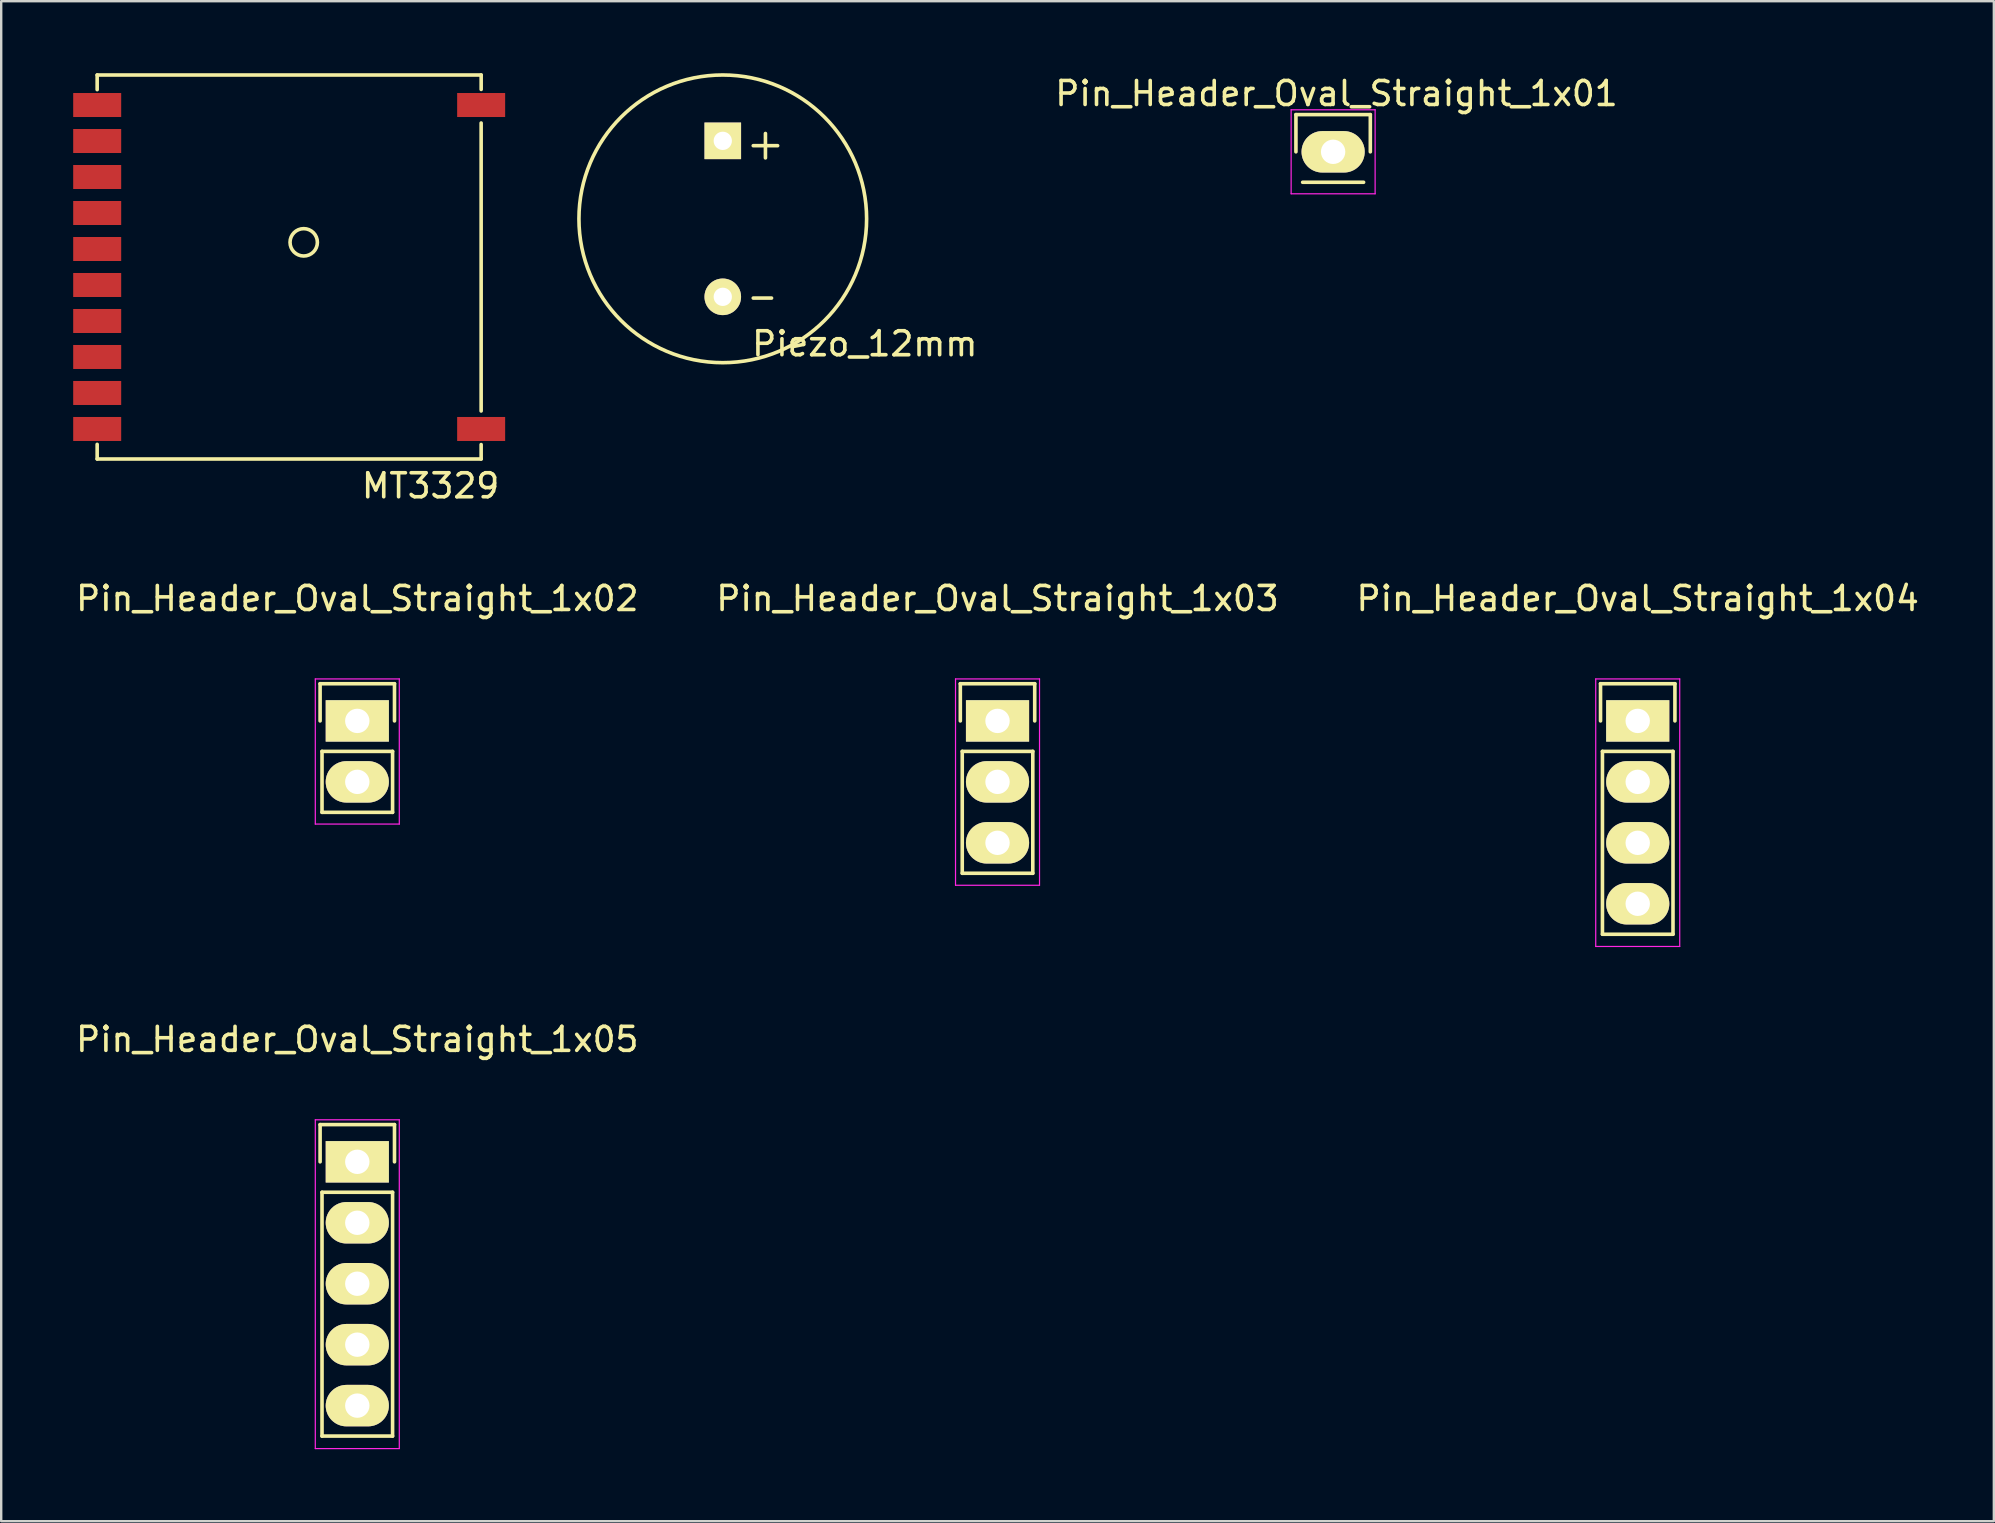
<source format=kicad_pcb>
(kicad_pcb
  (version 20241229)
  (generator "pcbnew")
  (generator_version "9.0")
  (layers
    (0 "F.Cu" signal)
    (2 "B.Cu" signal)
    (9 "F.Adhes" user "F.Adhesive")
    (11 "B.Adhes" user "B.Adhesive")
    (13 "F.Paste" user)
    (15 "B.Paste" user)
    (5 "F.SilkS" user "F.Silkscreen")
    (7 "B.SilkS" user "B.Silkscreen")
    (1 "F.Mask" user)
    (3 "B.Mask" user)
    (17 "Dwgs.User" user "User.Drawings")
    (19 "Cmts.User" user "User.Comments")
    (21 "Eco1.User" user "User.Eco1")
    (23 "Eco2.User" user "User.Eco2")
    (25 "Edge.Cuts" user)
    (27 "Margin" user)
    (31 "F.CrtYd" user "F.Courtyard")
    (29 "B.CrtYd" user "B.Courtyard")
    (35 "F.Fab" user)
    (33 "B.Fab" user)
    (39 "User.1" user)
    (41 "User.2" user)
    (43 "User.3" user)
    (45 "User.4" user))
  (footprint "Pin_Header_Oval_Straight_1x02"
    (layer "F.Cu")
    (at 11.839 26.991)
    (property "Reference" "Pin_Header_Oval_Straight_1x02" (at 0 -5.1 0) (layer "F.SilkS") (effects (font (size 1 1) (thickness 0.15))))
    (attr through_hole)
    (fp_line (start -1.55 -1.55) (end 1.55 -1.55) (stroke (width 0.15) (type solid)) (layer "F.SilkS"))
    (fp_line (start -1.55 0) (end -1.55 -1.55) (stroke (width 0.15) (type solid)) (layer "F.SilkS"))
    (fp_line (start -1.47 1.27) (end -1.47 3.81) (stroke (width 0.15) (type solid)) (layer "F.SilkS"))
    (fp_line (start -1.47 3.81) (end 1.47 3.81) (stroke (width 0.15) (type solid)) (layer "F.SilkS"))
    (fp_line (start 1.47 1.27) (end -1.47 1.27) (stroke (width 0.15) (type solid)) (layer "F.SilkS"))
    (fp_line (start 1.47 1.27) (end 1.47 3.81) (stroke (width 0.15) (type solid)) (layer "F.SilkS"))
    (fp_line (start 1.55 -1.55) (end 1.55 0) (stroke (width 0.15) (type solid)) (layer "F.SilkS"))
    (fp_line (start -1.75 -1.75) (end -1.75 4.3) (stroke (width 0.05) (type solid)) (layer "F.CrtYd"))
    (fp_line (start -1.75 -1.75) (end 1.75 -1.75) (stroke (width 0.05) (type solid)) (layer "F.CrtYd"))
    (fp_line (start -1.75 4.3) (end 1.75 4.3) (stroke (width 0.05) (type solid)) (layer "F.CrtYd"))
    (fp_line (start 1.75 -1.75) (end 1.75 4.3) (stroke (width 0.05) (type solid)) (layer "F.CrtYd"))
    (pad "1" thru_hole rect (at 0 0) (size 2.632 1.727) (drill 1.016) (layers "*.Cu" "*.Mask" "F.SilkS"))
    (pad "2" thru_hole oval (at 0 2.54) (size 2.632 1.727) (drill 1.016) (layers "*.Cu" "*.Mask" "F.SilkS")))
  (footprint "Pin_Header_Oval_Straight_1x01"
    (layer "F.Cu")
    (at 52.503 3.276)
    (property "Reference" "Pin_Header_Oval_Straight_1x01" (at 0.14 -2.428 0) (layer "F.SilkS") (effects (font (size 1 1) (thickness 0.15))))
    (attr through_hole)
    (fp_line (start -1.55 -1.55) (end 1.55 -1.55) (stroke (width 0.15) (type solid)) (layer "F.SilkS"))
    (fp_line (start -1.55 0) (end -1.55 -1.55) (stroke (width 0.15) (type solid)) (layer "F.SilkS"))
    (fp_line (start -1.27 1.27) (end 1.27 1.27) (stroke (width 0.15) (type solid)) (layer "F.SilkS"))
    (fp_line (start 1.55 -1.55) (end 1.55 0) (stroke (width 0.15) (type solid)) (layer "F.SilkS"))
    (fp_line (start -1.75 -1.75) (end -1.75 1.75) (stroke (width 0.05) (type solid)) (layer "F.CrtYd"))
    (fp_line (start -1.75 -1.75) (end 1.75 -1.75) (stroke (width 0.05) (type solid)) (layer "F.CrtYd"))
    (fp_line (start -1.75 1.75) (end 1.75 1.75) (stroke (width 0.05) (type solid)) (layer "F.CrtYd"))
    (fp_line (start 1.75 -1.75) (end 1.75 1.75) (stroke (width 0.05) (type solid)) (layer "F.CrtYd"))
    (pad "1" thru_hole oval (at 0 0) (size 2.632 1.727) (drill 1.016) (layers "*.Cu" "*.Mask" "F.SilkS")))
  (footprint "Piezo_12mm"
    (layer "F.Cu")
    (at 27.069 6.069)
    (property "Reference" "Piezo_12mm" (at 5.918 5.207 0) (layer "F.SilkS") (effects (font (size 1 1) (thickness 0.15))))
    (attr through_hole)
    (fp_line (start 1.27 -3.048) (end 2.286 -3.048) (stroke (width 0.15) (type solid)) (layer "F.SilkS"))
    (fp_line (start 1.27 3.302) (end 2.032 3.302) (stroke (width 0.15) (type solid)) (layer "F.SilkS"))
    (fp_line (start 1.778 -3.556) (end 1.778 -2.54) (stroke (width 0.15) (type solid)) (layer "F.SilkS"))
    (fp_circle (center 0 0) (end 5.994 0.025) (stroke (width 0.15) (type solid)) (fill no) (layer "F.SilkS"))
    (pad "1" thru_hole rect (at 0 -3.25) (size 1.524 1.524) (drill 0.762) (layers "*.Cu" "*.Mask" "F.SilkS"))
    (pad "2" thru_hole circle (at 0 3.25) (size 1.524 1.524) (drill 0.762) (layers "*.Cu" "*.Mask" "F.SilkS")))
  (footprint "Pin_Header_Oval_Straight_1x05"
    (layer "F.Cu")
    (at 11.839 45.364)
    (property "Reference" "Pin_Header_Oval_Straight_1x05" (at 0 -5.1 0) (layer "F.SilkS") (effects (font (size 1 1) (thickness 0.15))))
    (attr through_hole)
    (fp_line (start -1.55 -1.55) (end 1.55 -1.55) (stroke (width 0.15) (type solid)) (layer "F.SilkS"))
    (fp_line (start -1.55 0) (end -1.55 -1.55) (stroke (width 0.15) (type solid)) (layer "F.SilkS"))
    (fp_line (start -1.47 11.43) (end -1.47 1.27) (stroke (width 0.15) (type solid)) (layer "F.SilkS"))
    (fp_line (start 1.47 1.27) (end -1.47 1.27) (stroke (width 0.15) (type solid)) (layer "F.SilkS"))
    (fp_line (start 1.47 1.27) (end 1.47 11.43) (stroke (width 0.15) (type solid)) (layer "F.SilkS"))
    (fp_line (start 1.47 11.43) (end -1.47 11.43) (stroke (width 0.15) (type solid)) (layer "F.SilkS"))
    (fp_line (start 1.55 -1.55) (end 1.55 0) (stroke (width 0.15) (type solid)) (layer "F.SilkS"))
    (fp_line (start -1.75 -1.75) (end -1.75 11.95) (stroke (width 0.05) (type solid)) (layer "F.CrtYd"))
    (fp_line (start -1.75 -1.75) (end 1.75 -1.75) (stroke (width 0.05) (type solid)) (layer "F.CrtYd"))
    (fp_line (start -1.75 11.95) (end 1.75 11.95) (stroke (width 0.05) (type solid)) (layer "F.CrtYd"))
    (fp_line (start 1.75 -1.75) (end 1.75 11.95) (stroke (width 0.05) (type solid)) (layer "F.CrtYd"))
    (pad "1" thru_hole rect (at 0 0) (size 2.632 1.727) (drill 1.016) (layers "*.Cu" "*.Mask" "F.SilkS"))
    (pad "2" thru_hole oval (at 0 2.54) (size 2.632 1.727) (drill 1.016) (layers "*.Cu" "*.Mask" "F.SilkS"))
    (pad "3" thru_hole oval (at 0 5.08) (size 2.632 1.727) (drill 1.016) (layers "*.Cu" "*.Mask" "F.SilkS"))
    (pad "4" thru_hole oval (at 0 7.62) (size 2.632 1.727) (drill 1.016) (layers "*.Cu" "*.Mask" "F.SilkS"))
    (pad "5" thru_hole oval (at 0 10.16) (size 2.632 1.727) (drill 1.016) (layers "*.Cu" "*.Mask" "F.SilkS")))
  (footprint "Pin_Header_Oval_Straight_1x04"
    (layer "F.Cu")
    (at 65.196 26.991)
    (property "Reference" "Pin_Header_Oval_Straight_1x04" (at 0 -5.1 0) (layer "F.SilkS") (effects (font (size 1 1) (thickness 0.15))))
    (attr through_hole)
    (fp_line (start -1.55 -1.55) (end 1.55 -1.55) (stroke (width 0.15) (type solid)) (layer "F.SilkS"))
    (fp_line (start -1.55 0) (end -1.55 -1.55) (stroke (width 0.15) (type solid)) (layer "F.SilkS"))
    (fp_line (start -1.47 1.27) (end -1.47 8.89) (stroke (width 0.15) (type solid)) (layer "F.SilkS"))
    (fp_line (start -1.47 8.89) (end 1.47 8.89) (stroke (width 0.15) (type solid)) (layer "F.SilkS"))
    (fp_line (start 1.47 1.27) (end -1.47 1.27) (stroke (width 0.15) (type solid)) (layer "F.SilkS"))
    (fp_line (start 1.47 1.27) (end 1.47 8.89) (stroke (width 0.15) (type solid)) (layer "F.SilkS"))
    (fp_line (start 1.55 -1.55) (end 1.55 0) (stroke (width 0.15) (type solid)) (layer "F.SilkS"))
    (fp_line (start -1.75 -1.75) (end -1.75 9.4) (stroke (width 0.05) (type solid)) (layer "F.CrtYd"))
    (fp_line (start -1.75 -1.75) (end 1.75 -1.75) (stroke (width 0.05) (type solid)) (layer "F.CrtYd"))
    (fp_line (start -1.75 9.4) (end 1.75 9.4) (stroke (width 0.05) (type solid)) (layer "F.CrtYd"))
    (fp_line (start 1.75 -1.75) (end 1.75 9.4) (stroke (width 0.05) (type solid)) (layer "F.CrtYd"))
    (pad "1" thru_hole rect (at 0 0) (size 2.632 1.727) (drill 1.016) (layers "*.Cu" "*.Mask" "F.SilkS"))
    (pad "2" thru_hole oval (at 0 2.54) (size 2.632 1.727) (drill 1.016) (layers "*.Cu" "*.Mask" "F.SilkS"))
    (pad "3" thru_hole oval (at 0 5.08) (size 2.632 1.727) (drill 1.016) (layers "*.Cu" "*.Mask" "F.SilkS"))
    (pad "4" thru_hole oval (at 0 7.62) (size 2.632 1.727) (drill 1.016) (layers "*.Cu" "*.Mask" "F.SilkS")))
  (footprint "MT3329"
    (layer "F.Cu")
    (at 9 8.076)
    (property "Reference" "MT3329" (at 5.893 9.119 0) (layer "F.SilkS") (effects (font (size 1 1) (thickness 0.15))))
    (attr through_hole)
    (fp_line (start -8.001 -8.001) (end -8.001 -7.391) (stroke (width 0.15) (type solid)) (layer "F.SilkS"))
    (fp_line (start -8.001 8.001) (end -8.001 7.391) (stroke (width 0.15) (type solid)) (layer "F.SilkS"))
    (fp_line (start 8 -8) (end -8 -8) (stroke (width 0.15) (type solid)) (layer "F.SilkS"))
    (fp_line (start 8 -6) (end 8 6) (stroke (width 0.15) (type solid)) (layer "F.SilkS"))
    (fp_line (start 8 8) (end -8 8) (stroke (width 0.15) (type solid)) (layer "F.SilkS"))
    (fp_line (start 8 8) (end 8 7.4) (stroke (width 0.15) (type solid)) (layer "F.SilkS"))
    (fp_line (start 8.001 -8.001) (end 8.001 -7.4) (stroke (width 0.15) (type solid)) (layer "F.SilkS"))
    (fp_circle (center 0.606 -1.028) (end 0.956 -0.578) (stroke (width 0.15) (type solid)) (fill no) (layer "F.SilkS"))
    (pad "1" smd rect (at -8 -6.75) (size 2 1) (layers "F.Cu" "F.Mask" "F.Paste"))
    (pad "2" smd rect (at -8 -5.25) (size 2 1) (layers "F.Cu" "F.Mask" "F.Paste"))
    (pad "3" smd rect (at -8 -3.75) (size 2 1) (layers "F.Cu" "F.Mask" "F.Paste"))
    (pad "4" smd rect (at -8 -2.25) (size 2 1) (layers "F.Cu" "F.Mask" "F.Paste"))
    (pad "5" smd rect (at -8 -0.75) (size 2 1) (layers "F.Cu" "F.Mask" "F.Paste"))
    (pad "6" smd rect (at -8 0.75) (size 2 1) (layers "F.Cu" "F.Mask" "F.Paste"))
    (pad "7" smd rect (at -8 2.25) (size 2 1) (layers "F.Cu" "F.Mask" "F.Paste"))
    (pad "8" smd rect (at -8 3.75) (size 2 1) (layers "F.Cu" "F.Mask" "F.Paste"))
    (pad "9" smd rect (at -8 5.25) (size 2 1) (layers "F.Cu" "F.Mask" "F.Paste"))
    (pad "10" smd rect (at -8 6.75) (size 2 1) (layers "F.Cu" "F.Mask" "F.Paste"))
    (pad "11" smd rect (at 8 -6.75) (size 2 1) (layers "F.Cu" "F.Mask" "F.Paste"))
    (pad "12" smd rect (at 8 6.75) (size 2 1) (layers "F.Cu" "F.Mask" "F.Paste")))
  (footprint "Pin_Header_Oval_Straight_1x03"
    (layer "F.Cu")
    (at 38.518 26.991)
    (property "Reference" "Pin_Header_Oval_Straight_1x03" (at 0 -5.1 0) (layer "F.SilkS") (effects (font (size 1 1) (thickness 0.15))))
    (attr through_hole)
    (fp_line (start -1.55 -1.55) (end 1.55 -1.55) (stroke (width 0.15) (type solid)) (layer "F.SilkS"))
    (fp_line (start -1.55 0) (end -1.55 -1.55) (stroke (width 0.15) (type solid)) (layer "F.SilkS"))
    (fp_line (start -1.47 1.27) (end -1.47 6.35) (stroke (width 0.15) (type solid)) (layer "F.SilkS"))
    (fp_line (start -1.47 6.35) (end 1.47 6.35) (stroke (width 0.15) (type solid)) (layer "F.SilkS"))
    (fp_line (start 1.47 1.27) (end -1.47 1.27) (stroke (width 0.15) (type solid)) (layer "F.SilkS"))
    (fp_line (start 1.47 6.35) (end 1.47 1.27) (stroke (width 0.15) (type solid)) (layer "F.SilkS"))
    (fp_line (start 1.55 -1.55) (end 1.55 0) (stroke (width 0.15) (type solid)) (layer "F.SilkS"))
    (fp_line (start -1.75 -1.75) (end -1.75 6.85) (stroke (width 0.05) (type solid)) (layer "F.CrtYd"))
    (fp_line (start -1.75 -1.75) (end 1.75 -1.75) (stroke (width 0.05) (type solid)) (layer "F.CrtYd"))
    (fp_line (start -1.75 6.85) (end 1.75 6.85) (stroke (width 0.05) (type solid)) (layer "F.CrtYd"))
    (fp_line (start 1.75 -1.75) (end 1.75 6.85) (stroke (width 0.05) (type solid)) (layer "F.CrtYd"))
    (pad "1" thru_hole rect (at 0 0) (size 2.632 1.727) (drill 1.016) (layers "*.Cu" "*.Mask" "F.SilkS"))
    (pad "2" thru_hole oval (at 0 2.54) (size 2.632 1.727) (drill 1.016) (layers "*.Cu" "*.Mask" "F.SilkS"))
    (pad "3" thru_hole oval (at 0 5.08) (size 2.632 1.727) (drill 1.016) (layers "*.Cu" "*.Mask" "F.SilkS")))
  (gr_rect
    (start -3 -3)
    (end 80.036 60.339)
    (stroke (width 0.1) (type default))
    (fill no)
    (layer "Edge.Cuts")))
</source>
